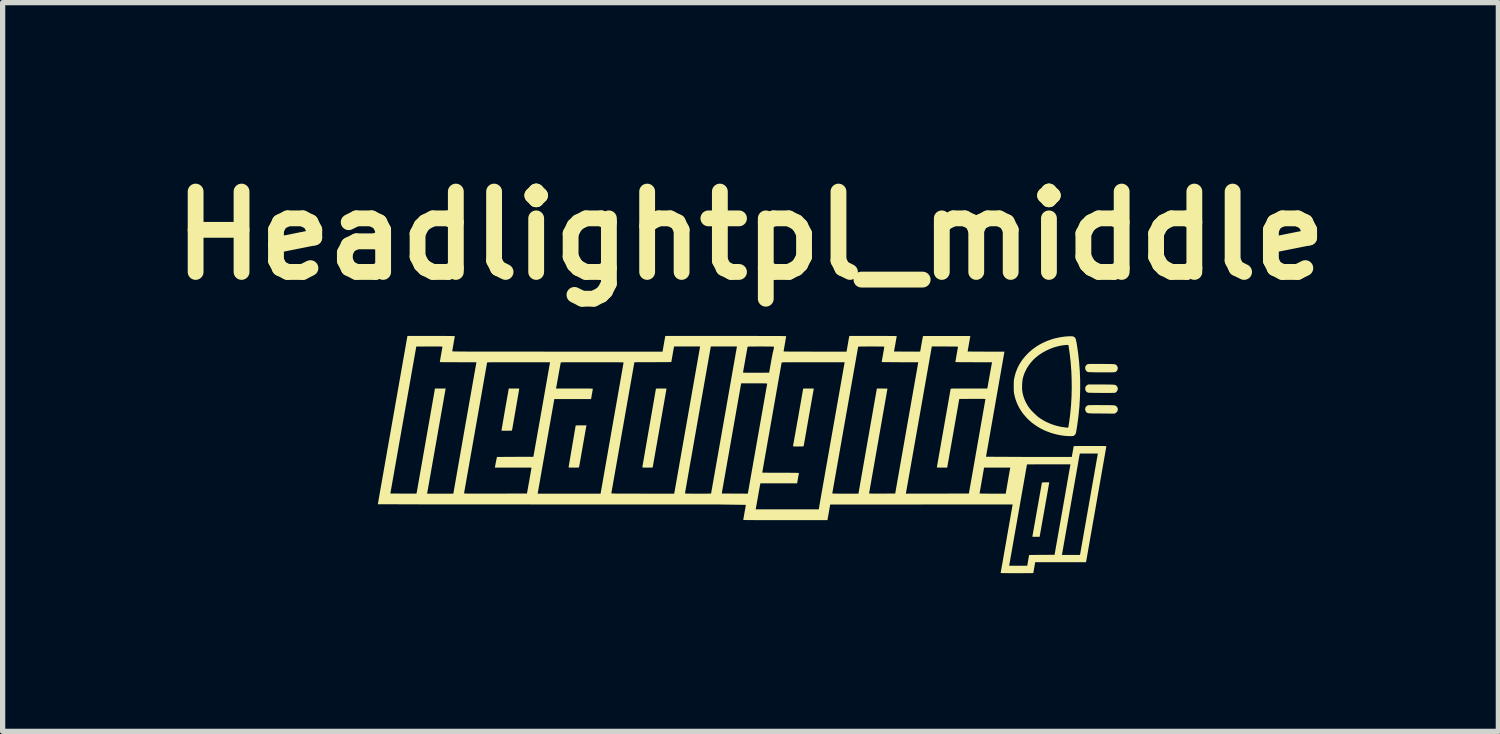
<source format=kicad_pcb>
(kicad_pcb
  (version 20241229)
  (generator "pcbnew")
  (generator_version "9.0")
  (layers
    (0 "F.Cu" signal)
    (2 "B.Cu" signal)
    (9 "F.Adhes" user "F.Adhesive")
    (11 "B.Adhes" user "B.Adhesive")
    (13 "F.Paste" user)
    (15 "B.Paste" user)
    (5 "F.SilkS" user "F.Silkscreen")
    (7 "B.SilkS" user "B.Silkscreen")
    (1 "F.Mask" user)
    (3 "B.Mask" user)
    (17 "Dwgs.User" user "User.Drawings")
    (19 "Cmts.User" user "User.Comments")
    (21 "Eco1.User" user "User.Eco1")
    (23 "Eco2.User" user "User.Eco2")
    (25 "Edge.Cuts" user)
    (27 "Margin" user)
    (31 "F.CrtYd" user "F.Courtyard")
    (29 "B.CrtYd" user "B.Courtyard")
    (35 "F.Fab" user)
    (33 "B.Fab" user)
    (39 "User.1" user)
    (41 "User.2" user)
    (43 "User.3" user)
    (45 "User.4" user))
  (footprint "Headlightpl_middle"
    (layer "F.Cu")
    (at 11.183 5.318)
    (property "Reference" "Headlightpl_middle" (at 0 -3.9 0) (layer "F.SilkS") (effects (font (size 1.524 1.524) (thickness 0.3))))
    (attr board_only exclude_from_pos_files exclude_from_bom)
    (fp_poly (pts (xy 5.665 0.79) (xy 5.578 1.283) (xy 5.488 1.789) (xy 5.484 1.813) (xy 5.415 1.813) (xy 5.401 1.813) (xy 5.388 1.813) (xy 5.377 1.813) (xy 5.366 1.812) (xy 5.358 1.812) (xy 5.352 1.811) (xy 5.349 1.811) (xy 5.348 1.811) (xy 5.347 1.811) (xy 5.346 1.811) (xy 5.346 1.81) (xy 5.527 0.786) (xy 5.527 0.786) (xy 5.527 0.785) (xy 5.528 0.784) (xy 5.529 0.784) (xy 5.531 0.783) (xy 5.534 0.783) (xy 5.536 0.782) (xy 5.544 0.782) (xy 5.553 0.781) (xy 5.565 0.781) (xy 5.58 0.78) (xy 5.598 0.78) (xy 5.667 0.78)) (stroke (width 0) (type solid)) (fill yes) (layer "F.SilkS"))
    (fp_poly (pts (xy 1.198 -0.981) (xy 1.102 -0.439) (xy 1.037 -0.067) (xy 1.009 0.091) (xy 1.008 0.093) (xy 1.007 0.094) (xy 1.006 0.095) (xy 1.004 0.096) (xy 1.002 0.096) (xy 0.999 0.097) (xy 0.995 0.098) (xy 0.991 0.098) (xy 0.978 0.099) (xy 0.96 0.099) (xy 0.906 0.1) (xy 0.889 0.1) (xy 0.875 0.1) (xy 0.862 0.099) (xy 0.851 0.099) (xy 0.846 0.099) (xy 0.841 0.099) (xy 0.837 0.099) (xy 0.833 0.099) (xy 0.83 0.099) (xy 0.826 0.099) (xy 0.823 0.098) (xy 0.821 0.098) (xy 0.818 0.098) (xy 0.816 0.098) (xy 0.815 0.098) (xy 0.814 0.097) (xy 0.813 0.097) (xy 0.812 0.097) (xy 0.812 0.097) (xy 0.811 0.097) (xy 0.811 0.097) (xy 0.81 0.096) (xy 0.81 0.096) (xy 0.809 0.096) (xy 0.809 0.096) (xy 0.808 0.096) (xy 0.808 0.095) (xy 0.808 0.095) (xy 0.808 0.095) (xy 0.808 0.095) (xy 0.807 0.094) (xy 0.807 0.094) (xy 0.807 0.094) (xy 0.807 0.094) (xy 0.807 0.093) (xy 0.807 0.093) (xy 0.807 0.093) (xy 0.807 0.092) (xy 0.807 0.092) (xy 0.807 0.091) (xy 0.905 -0.458) (xy 1 -1) (xy 1.201 -1)) (stroke (width 0) (type solid)) (fill yes) (layer "F.SilkS"))
    (fp_poly (pts (xy -4.468 -1) (xy -4.453 -1) (xy -4.44 -1) (xy -4.429 -1) (xy -4.424 -1) (xy -4.42 -1) (xy -4.416 -1) (xy -4.412 -0.999) (xy -4.408 -0.999) (xy -4.405 -0.999) (xy -4.402 -0.999) (xy -4.4 -0.999) (xy -4.397 -0.999) (xy -4.395 -0.998) (xy -4.393 -0.998) (xy -4.393 -0.998) (xy -4.392 -0.998) (xy -4.391 -0.998) (xy -4.39 -0.998) (xy -4.39 -0.997) (xy -4.389 -0.997) (xy -4.389 -0.997) (xy -4.388 -0.997) (xy -4.388 -0.997) (xy -4.388 -0.997) (xy -4.387 -0.996) (xy -4.387 -0.996) (xy -4.387 -0.996) (xy -4.386 -0.996) (xy -4.386 -0.996) (xy -4.386 -0.995) (xy -4.386 -0.995) (xy -4.386 -0.995) (xy -4.386 -0.995) (xy -4.386 -0.994) (xy -4.386 -0.994) (xy -4.386 -0.994) (xy -4.386 -0.993) (xy -4.386 -0.993) (xy -4.386 -0.992) (xy -4.454 -0.596) (xy -4.502 -0.321) (xy -4.517 -0.236) (xy -4.524 -0.203) (xy -4.526 -0.202) (xy -4.533 -0.201) (xy -4.556 -0.2) (xy -4.587 -0.199) (xy -4.623 -0.199) (xy -4.66 -0.199) (xy -4.691 -0.199) (xy -4.714 -0.201) (xy -4.72 -0.201) (xy -4.723 -0.202) (xy -4.656 -0.592) (xy -4.584 -0.999) (xy -4.576 -0.999) (xy -4.554 -1) (xy -4.484 -1)) (stroke (width 0) (type solid)) (fill yes) (layer "F.SilkS"))
    (fp_poly (pts (xy -3.113 -0.291) (xy -3.182 0.1) (xy -3.229 0.371) (xy -3.251 0.49) (xy -3.251 0.493) (xy -3.252 0.495) (xy -3.253 0.496) (xy -3.255 0.497) (xy -3.257 0.498) (xy -3.261 0.498) (xy -3.265 0.499) (xy -3.277 0.499) (xy -3.294 0.5) (xy -3.351 0.5) (xy -3.367 0.5) (xy -3.381 0.5) (xy -3.394 0.5) (xy -3.405 0.5) (xy -3.41 0.5) (xy -3.414 0.5) (xy -3.419 0.5) (xy -3.422 0.499) (xy -3.426 0.499) (xy -3.429 0.499) (xy -3.432 0.499) (xy -3.434 0.499) (xy -3.437 0.499) (xy -3.439 0.498) (xy -3.44 0.498) (xy -3.441 0.498) (xy -3.442 0.498) (xy -3.443 0.498) (xy -3.443 0.497) (xy -3.444 0.497) (xy -3.445 0.497) (xy -3.445 0.497) (xy -3.445 0.497) (xy -3.446 0.497) (xy -3.446 0.496) (xy -3.447 0.496) (xy -3.447 0.496) (xy -3.447 0.496) (xy -3.447 0.495) (xy -3.448 0.495) (xy -3.448 0.495) (xy -3.448 0.495) (xy -3.448 0.494) (xy -3.448 0.494) (xy -3.448 0.494) (xy -3.448 0.493) (xy -3.448 0.493) (xy -3.449 0.492) (xy -3.449 0.492) (xy -3.429 0.372) (xy -3.382 0.095) (xy -3.335 -0.181) (xy -3.315 -0.298) (xy -3.314 -0.298) (xy -3.313 -0.298) (xy -3.307 -0.299) (xy -3.297 -0.3) (xy -3.285 -0.3) (xy -3.252 -0.301) (xy -3.213 -0.301) (xy -3.11 -0.301)) (stroke (width 0) (type solid)) (fill yes) (layer "F.SilkS"))
    (fp_poly (pts (xy -1.678 -1) (xy -1.665 -1) (xy -1.653 -1) (xy -1.643 -1) (xy -1.633 -1) (xy -1.625 -0.999) (xy -1.618 -0.999) (xy -1.612 -0.999) (xy -1.607 -0.998) (xy -1.605 -0.998) (xy -1.603 -0.998) (xy -1.601 -0.998) (xy -1.599 -0.997) (xy -1.598 -0.997) (xy -1.597 -0.997) (xy -1.596 -0.996) (xy -1.595 -0.996) (xy -1.594 -0.996) (xy -1.594 -0.995) (xy -1.593 -0.995) (xy -1.593 -0.995) (xy -1.593 -0.994) (xy -1.593 -0.994) (xy -1.724 -0.245) (xy -1.855 0.499) (xy -1.857 0.499) (xy -1.863 0.499) (xy -1.884 0.5) (xy -1.953 0.5) (xy -1.968 0.5) (xy -1.982 0.5) (xy -1.994 0.5) (xy -2.005 0.5) (xy -2.014 0.5) (xy -2.022 0.499) (xy -2.025 0.499) (xy -2.028 0.499) (xy -2.031 0.499) (xy -2.034 0.499) (xy -2.037 0.499) (xy -2.039 0.498) (xy -2.041 0.498) (xy -2.043 0.498) (xy -2.044 0.498) (xy -2.046 0.497) (xy -2.047 0.497) (xy -2.048 0.497) (xy -2.049 0.496) (xy -2.049 0.496) (xy -2.05 0.496) (xy -2.05 0.495) (xy -2.05 0.495) (xy -2.05 0.495) (xy -2.05 0.495) (xy -2.051 0.494) (xy -2.051 0.494) (xy -2.051 0.494) (xy -2.051 0.493) (xy -2.051 0.493) (xy -1.922 -0.253) (xy -1.831 -0.776) (xy -1.793 -0.996) (xy -1.792 -0.996) (xy -1.791 -0.997) (xy -1.785 -0.997) (xy -1.777 -0.998) (xy -1.765 -0.999) (xy -1.733 -1) (xy -1.693 -1)) (stroke (width 0) (type solid)) (fill yes) (layer "F.SilkS"))
    (fp_poly (pts (xy 6.657 -1.466) (xy 6.727 -1.465) (xy 6.783 -1.464) (xy 6.827 -1.464) (xy 6.86 -1.463) (xy 6.873 -1.462) (xy 6.884 -1.462) (xy 6.893 -1.461) (xy 6.9 -1.461) (xy 6.906 -1.46) (xy 6.911 -1.459) (xy 6.915 -1.458) (xy 6.918 -1.457) (xy 6.922 -1.455) (xy 6.926 -1.453) (xy 6.93 -1.45) (xy 6.934 -1.448) (xy 6.938 -1.445) (xy 6.941 -1.442) (xy 6.944 -1.438) (xy 6.947 -1.435) (xy 6.95 -1.431) (xy 6.953 -1.428) (xy 6.955 -1.424) (xy 6.957 -1.42) (xy 6.959 -1.416) (xy 6.961 -1.412) (xy 6.962 -1.407) (xy 6.963 -1.403) (xy 6.964 -1.399) (xy 6.965 -1.394) (xy 6.965 -1.39) (xy 6.966 -1.385) (xy 6.966 -1.381) (xy 6.965 -1.377) (xy 6.965 -1.372) (xy 6.964 -1.368) (xy 6.963 -1.364) (xy 6.962 -1.359) (xy 6.96 -1.355) (xy 6.958 -1.351) (xy 6.956 -1.347) (xy 6.954 -1.343) (xy 6.951 -1.339) (xy 6.948 -1.336) (xy 6.939 -1.325) (xy 6.934 -1.321) (xy 6.93 -1.317) (xy 6.924 -1.314) (xy 6.917 -1.312) (xy 6.908 -1.31) (xy 6.896 -1.308) (xy 6.864 -1.307) (xy 6.817 -1.306) (xy 6.659 -1.307) (xy 6.59 -1.307) (xy 6.534 -1.307) (xy 6.49 -1.308) (xy 6.457 -1.309) (xy 6.443 -1.309) (xy 6.432 -1.31) (xy 6.423 -1.31) (xy 6.415 -1.311) (xy 6.408 -1.312) (xy 6.404 -1.312) (xy 6.4 -1.313) (xy 6.397 -1.314) (xy 6.391 -1.317) (xy 6.385 -1.32) (xy 6.38 -1.324) (xy 6.375 -1.328) (xy 6.371 -1.332) (xy 6.367 -1.336) (xy 6.363 -1.341) (xy 6.36 -1.346) (xy 6.357 -1.351) (xy 6.354 -1.356) (xy 6.352 -1.361) (xy 6.351 -1.367) (xy 6.349 -1.372) (xy 6.349 -1.378) (xy 6.348 -1.384) (xy 6.348 -1.389) (xy 6.348 -1.395) (xy 6.349 -1.401) (xy 6.35 -1.406) (xy 6.351 -1.412) (xy 6.353 -1.417) (xy 6.355 -1.422) (xy 6.358 -1.428) (xy 6.361 -1.432) (xy 6.364 -1.437) (xy 6.368 -1.442) (xy 6.372 -1.446) (xy 6.377 -1.45) (xy 6.382 -1.454) (xy 6.387 -1.457) (xy 6.393 -1.46) (xy 6.399 -1.462) (xy 6.406 -1.464) (xy 6.419 -1.465) (xy 6.467 -1.466) (xy 6.545 -1.466)) (stroke (width 0) (type solid)) (fill yes) (layer "F.SilkS"))
    (fp_poly (pts (xy 6.662 -0.685) (xy 6.74 -0.685) (xy 6.799 -0.684) (xy 6.822 -0.684) (xy 6.842 -0.683) (xy 6.859 -0.683) (xy 6.873 -0.682) (xy 6.879 -0.682) (xy 6.884 -0.682) (xy 6.889 -0.681) (xy 6.893 -0.681) (xy 6.897 -0.681) (xy 6.9 -0.68) (xy 6.903 -0.68) (xy 6.906 -0.679) (xy 6.909 -0.679) (xy 6.911 -0.678) (xy 6.913 -0.678) (xy 6.915 -0.677) (xy 6.917 -0.676) (xy 6.919 -0.675) (xy 6.922 -0.674) (xy 6.928 -0.671) (xy 6.932 -0.668) (xy 6.937 -0.664) (xy 6.941 -0.661) (xy 6.945 -0.657) (xy 6.949 -0.653) (xy 6.952 -0.649) (xy 6.955 -0.644) (xy 6.958 -0.639) (xy 6.96 -0.635) (xy 6.962 -0.63) (xy 6.963 -0.625) (xy 6.965 -0.62) (xy 6.966 -0.615) (xy 6.966 -0.609) (xy 6.966 -0.604) (xy 6.966 -0.599) (xy 6.966 -0.594) (xy 6.965 -0.589) (xy 6.963 -0.584) (xy 6.962 -0.579) (xy 6.96 -0.574) (xy 6.958 -0.569) (xy 6.955 -0.564) (xy 6.952 -0.56) (xy 6.949 -0.555) (xy 6.945 -0.551) (xy 6.941 -0.547) (xy 6.937 -0.543) (xy 6.932 -0.54) (xy 6.928 -0.536) (xy 6.922 -0.533) (xy 6.902 -0.523) (xy 6.655 -0.526) (xy 6.576 -0.526) (xy 6.544 -0.527) (xy 6.516 -0.527) (xy 6.492 -0.527) (xy 6.471 -0.528) (xy 6.454 -0.528) (xy 6.44 -0.529) (xy 6.434 -0.529) (xy 6.428 -0.529) (xy 6.423 -0.53) (xy 6.419 -0.53) (xy 6.415 -0.531) (xy 6.412 -0.531) (xy 6.408 -0.531) (xy 6.406 -0.532) (xy 6.403 -0.532) (xy 6.401 -0.533) (xy 6.399 -0.534) (xy 6.397 -0.534) (xy 6.395 -0.535) (xy 6.393 -0.536) (xy 6.39 -0.537) (xy 6.385 -0.54) (xy 6.381 -0.542) (xy 6.377 -0.545) (xy 6.373 -0.548) (xy 6.37 -0.552) (xy 6.366 -0.555) (xy 6.363 -0.559) (xy 6.361 -0.563) (xy 6.358 -0.567) (xy 6.356 -0.572) (xy 6.354 -0.576) (xy 6.352 -0.581) (xy 6.351 -0.585) (xy 6.35 -0.59) (xy 6.349 -0.595) (xy 6.348 -0.599) (xy 6.348 -0.604) (xy 6.348 -0.609) (xy 6.348 -0.614) (xy 6.348 -0.619) (xy 6.349 -0.623) (xy 6.35 -0.628) (xy 6.352 -0.633) (xy 6.353 -0.637) (xy 6.355 -0.642) (xy 6.357 -0.646) (xy 6.36 -0.65) (xy 6.362 -0.654) (xy 6.366 -0.658) (xy 6.369 -0.662) (xy 6.373 -0.665) (xy 6.376 -0.668) (xy 6.378 -0.669) (xy 6.38 -0.671) (xy 6.381 -0.672) (xy 6.383 -0.673) (xy 6.385 -0.674) (xy 6.387 -0.675) (xy 6.391 -0.677) (xy 6.395 -0.679) (xy 6.399 -0.681) (xy 6.401 -0.681) (xy 6.402 -0.682) (xy 6.404 -0.683) (xy 6.406 -0.683) (xy 6.414 -0.684) (xy 6.43 -0.684) (xy 6.484 -0.685) (xy 6.563 -0.686)) (stroke (width 0) (type solid)) (fill yes) (layer "F.SilkS"))
    (fp_poly (pts (xy 6.73 -1.076) (xy 6.764 -1.075) (xy 6.794 -1.075) (xy 6.82 -1.075) (xy 6.842 -1.074) (xy 6.861 -1.074) (xy 6.869 -1.073) (xy 6.877 -1.073) (xy 6.883 -1.072) (xy 6.89 -1.072) (xy 6.895 -1.071) (xy 6.9 -1.071) (xy 6.905 -1.07) (xy 6.909 -1.069) (xy 6.913 -1.068) (xy 6.916 -1.067) (xy 6.919 -1.066) (xy 6.922 -1.065) (xy 6.925 -1.064) (xy 6.927 -1.063) (xy 6.929 -1.061) (xy 6.932 -1.06) (xy 6.936 -1.057) (xy 6.939 -1.054) (xy 6.942 -1.051) (xy 6.945 -1.048) (xy 6.948 -1.045) (xy 6.95 -1.041) (xy 6.953 -1.037) (xy 6.955 -1.033) (xy 6.957 -1.029) (xy 6.959 -1.025) (xy 6.961 -1.02) (xy 6.963 -1.016) (xy 6.964 -1.011) (xy 6.965 -1.007) (xy 6.966 -1.003) (xy 6.966 -0.999) (xy 6.967 -0.995) (xy 6.966 -0.992) (xy 6.966 -0.989) (xy 6.966 -0.985) (xy 6.965 -0.982) (xy 6.964 -0.979) (xy 6.964 -0.976) (xy 6.963 -0.973) (xy 6.961 -0.969) (xy 6.96 -0.966) (xy 6.959 -0.963) (xy 6.957 -0.96) (xy 6.956 -0.957) (xy 6.954 -0.954) (xy 6.952 -0.951) (xy 6.95 -0.948) (xy 6.948 -0.946) (xy 6.946 -0.943) (xy 6.944 -0.94) (xy 6.942 -0.938) (xy 6.939 -0.936) (xy 6.937 -0.933) (xy 6.934 -0.931) (xy 6.932 -0.929) (xy 6.929 -0.927) (xy 6.927 -0.926) (xy 6.924 -0.924) (xy 6.921 -0.922) (xy 6.919 -0.921) (xy 6.916 -0.92) (xy 6.913 -0.919) (xy 6.91 -0.918) (xy 6.907 -0.918) (xy 6.883 -0.917) (xy 6.826 -0.916) (xy 6.746 -0.916) (xy 6.651 -0.916) (xy 6.575 -0.917) (xy 6.516 -0.917) (xy 6.493 -0.918) (xy 6.473 -0.918) (xy 6.456 -0.918) (xy 6.442 -0.919) (xy 6.43 -0.919) (xy 6.42 -0.92) (xy 6.416 -0.92) (xy 6.413 -0.92) (xy 6.409 -0.921) (xy 6.406 -0.921) (xy 6.404 -0.922) (xy 6.402 -0.922) (xy 6.399 -0.923) (xy 6.398 -0.923) (xy 6.396 -0.924) (xy 6.394 -0.925) (xy 6.391 -0.926) (xy 6.386 -0.929) (xy 6.382 -0.931) (xy 6.378 -0.934) (xy 6.374 -0.937) (xy 6.37 -0.941) (xy 6.367 -0.944) (xy 6.364 -0.948) (xy 6.361 -0.952) (xy 6.358 -0.956) (xy 6.356 -0.96) (xy 6.354 -0.965) (xy 6.353 -0.97) (xy 6.351 -0.975) (xy 6.35 -0.98) (xy 6.349 -0.985) (xy 6.349 -0.991) (xy 6.349 -0.994) (xy 6.349 -0.997) (xy 6.349 -1) (xy 6.349 -1.003) (xy 6.349 -1.006) (xy 6.349 -1.009) (xy 6.349 -1.011) (xy 6.35 -1.014) (xy 6.35 -1.017) (xy 6.351 -1.019) (xy 6.352 -1.022) (xy 6.352 -1.024) (xy 6.353 -1.027) (xy 6.354 -1.029) (xy 6.355 -1.032) (xy 6.356 -1.034) (xy 6.358 -1.036) (xy 6.359 -1.039) (xy 6.36 -1.041) (xy 6.362 -1.043) (xy 6.363 -1.045) (xy 6.365 -1.047) (xy 6.367 -1.049) (xy 6.368 -1.051) (xy 6.37 -1.053) (xy 6.372 -1.055) (xy 6.374 -1.057) (xy 6.376 -1.058) (xy 6.379 -1.06) (xy 6.381 -1.062) (xy 6.383 -1.063) (xy 6.386 -1.065) (xy 6.404 -1.076) (xy 6.646 -1.076)) (stroke (width 0) (type solid)) (fill yes) (layer "F.SilkS"))
    (fp_poly (pts (xy 6.082 -1.991) (xy 6.088 -1.991) (xy 6.093 -1.99) (xy 6.098 -1.99) (xy 6.102 -1.99) (xy 6.106 -1.989) (xy 6.11 -1.989) (xy 6.113 -1.988) (xy 6.117 -1.988) (xy 6.119 -1.987) (xy 6.122 -1.986) (xy 6.125 -1.985) (xy 6.128 -1.984) (xy 6.13 -1.982) (xy 6.133 -1.981) (xy 6.136 -1.979) (xy 6.139 -1.977) (xy 6.141 -1.976) (xy 6.143 -1.974) (xy 6.145 -1.973) (xy 6.147 -1.971) (xy 6.149 -1.969) (xy 6.151 -1.967) (xy 6.153 -1.965) (xy 6.154 -1.964) (xy 6.156 -1.962) (xy 6.158 -1.959) (xy 6.159 -1.957) (xy 6.161 -1.955) (xy 6.162 -1.953) (xy 6.163 -1.951) (xy 6.164 -1.949) (xy 6.166 -1.947) (xy 6.167 -1.941) (xy 6.17 -1.932) (xy 6.173 -1.92) (xy 6.176 -1.906) (xy 6.183 -1.872) (xy 6.19 -1.834) (xy 6.214 -1.672) (xy 6.232 -1.508) (xy 6.245 -1.342) (xy 6.252 -1.176) (xy 6.253 -1.009) (xy 6.249 -0.84) (xy 6.239 -0.671) (xy 6.223 -0.502) (xy 6.217 -0.451) (xy 6.21 -0.397) (xy 6.202 -0.341) (xy 6.195 -0.288) (xy 6.187 -0.239) (xy 6.18 -0.197) (xy 6.174 -0.166) (xy 6.169 -0.147) (xy 6.169 -0.146) (xy 6.168 -0.144) (xy 6.167 -0.141) (xy 6.165 -0.137) (xy 6.163 -0.134) (xy 6.16 -0.131) (xy 6.157 -0.127) (xy 6.155 -0.124) (xy 6.151 -0.12) (xy 6.148 -0.117) (xy 6.145 -0.114) (xy 6.141 -0.111) (xy 6.138 -0.109) (xy 6.134 -0.106) (xy 6.131 -0.104) (xy 6.127 -0.103) (xy 6.124 -0.101) (xy 6.12 -0.1) (xy 6.114 -0.099) (xy 6.107 -0.098) (xy 6.099 -0.097) (xy 6.079 -0.097) (xy 6.056 -0.097) (xy 6.03 -0.097) (xy 6.004 -0.099) (xy 5.977 -0.101) (xy 5.952 -0.103) (xy 5.906 -0.109) (xy 5.862 -0.117) (xy 5.818 -0.126) (xy 5.775 -0.136) (xy 5.732 -0.148) (xy 5.691 -0.161) (xy 5.65 -0.176) (xy 5.61 -0.191) (xy 5.571 -0.208) (xy 5.533 -0.227) (xy 5.496 -0.246) (xy 5.46 -0.267) (xy 5.425 -0.289) (xy 5.391 -0.312) (xy 5.358 -0.336) (xy 5.326 -0.361) (xy 5.296 -0.388) (xy 5.266 -0.415) (xy 5.238 -0.443) (xy 5.212 -0.473) (xy 5.186 -0.503) (xy 5.162 -0.534) (xy 5.139 -0.566) (xy 5.118 -0.599) (xy 5.098 -0.632) (xy 5.08 -0.667) (xy 5.063 -0.702) (xy 5.048 -0.738) (xy 5.034 -0.775) (xy 5.022 -0.812) (xy 5.012 -0.85) (xy 5.003 -0.889) (xy 5 -0.905) (xy 4.997 -0.919) (xy 4.996 -0.934) (xy 4.994 -0.949) (xy 4.993 -0.967) (xy 4.993 -0.988) (xy 4.993 -1.013) (xy 4.993 -1.041) (xy 5.151 -1.041) (xy 5.151 -1.009) (xy 5.152 -0.979) (xy 5.153 -0.966) (xy 5.155 -0.954) (xy 5.158 -0.933) (xy 5.162 -0.912) (xy 5.166 -0.891) (xy 5.172 -0.87) (xy 5.178 -0.849) (xy 5.185 -0.828) (xy 5.192 -0.807) (xy 5.2 -0.787) (xy 5.209 -0.766) (xy 5.219 -0.746) (xy 5.229 -0.726) (xy 5.24 -0.706) (xy 5.251 -0.687) (xy 5.263 -0.667) (xy 5.276 -0.648) (xy 5.289 -0.63) (xy 5.297 -0.62) (xy 5.306 -0.609) (xy 5.316 -0.597) (xy 5.326 -0.585) (xy 5.351 -0.559) (xy 5.377 -0.533) (xy 5.404 -0.508) (xy 5.43 -0.484) (xy 5.442 -0.473) (xy 5.454 -0.463) (xy 5.465 -0.455) (xy 5.476 -0.447) (xy 5.503 -0.428) (xy 5.531 -0.41) (xy 5.56 -0.393) (xy 5.589 -0.377) (xy 5.619 -0.362) (xy 5.65 -0.348) (xy 5.68 -0.335) (xy 5.712 -0.323) (xy 5.744 -0.311) (xy 5.776 -0.301) (xy 5.808 -0.292) (xy 5.841 -0.284) (xy 5.874 -0.276) (xy 5.908 -0.27) (xy 5.942 -0.265) (xy 5.976 -0.261) (xy 5.982 -0.26) (xy 5.989 -0.259) (xy 5.994 -0.259) (xy 5.999 -0.259) (xy 6.004 -0.258) (xy 6.008 -0.258) (xy 6.011 -0.258) (xy 6.014 -0.258) (xy 6.017 -0.258) (xy 6.02 -0.258) (xy 6.021 -0.258) (xy 6.022 -0.258) (xy 6.023 -0.259) (xy 6.023 -0.259) (xy 6.024 -0.259) (xy 6.025 -0.259) (xy 6.025 -0.259) (xy 6.026 -0.26) (xy 6.026 -0.26) (xy 6.027 -0.26) (xy 6.027 -0.261) (xy 6.027 -0.261) (xy 6.03 -0.27) (xy 6.033 -0.293) (xy 6.044 -0.363) (xy 6.056 -0.45) (xy 6.065 -0.528) (xy 6.08 -0.687) (xy 6.089 -0.847) (xy 6.093 -1.01) (xy 6.091 -1.172) (xy 6.085 -1.333) (xy 6.073 -1.491) (xy 6.056 -1.645) (xy 6.035 -1.794) (xy 6.029 -1.825) (xy 6.005 -1.826) (xy 5.992 -1.826) (xy 5.974 -1.825) (xy 5.953 -1.822) (xy 5.93 -1.819) (xy 5.905 -1.816) (xy 5.88 -1.811) (xy 5.856 -1.806) (xy 5.834 -1.801) (xy 5.798 -1.792) (xy 5.763 -1.782) (xy 5.727 -1.769) (xy 5.692 -1.756) (xy 5.657 -1.741) (xy 5.623 -1.725) (xy 5.59 -1.708) (xy 5.557 -1.69) (xy 5.525 -1.671) (xy 5.494 -1.651) (xy 5.464 -1.63) (xy 5.436 -1.608) (xy 5.409 -1.586) (xy 5.383 -1.563) (xy 5.359 -1.539) (xy 5.337 -1.515) (xy 5.321 -1.496) (xy 5.306 -1.477) (xy 5.291 -1.458) (xy 5.277 -1.439) (xy 5.264 -1.419) (xy 5.252 -1.4) (xy 5.24 -1.38) (xy 5.229 -1.359) (xy 5.219 -1.339) (xy 5.209 -1.318) (xy 5.2 -1.298) (xy 5.191 -1.277) (xy 5.184 -1.256) (xy 5.177 -1.234) (xy 5.171 -1.213) (xy 5.165 -1.191) (xy 5.163 -1.18) (xy 5.161 -1.167) (xy 5.157 -1.139) (xy 5.154 -1.107) (xy 5.152 -1.074) (xy 5.151 -1.041) (xy 4.993 -1.041) (xy 4.993 -1.044) (xy 4.993 -1.077) (xy 4.993 -1.103) (xy 4.994 -1.124) (xy 4.994 -1.133) (xy 4.995 -1.142) (xy 4.995 -1.149) (xy 4.996 -1.157) (xy 4.997 -1.164) (xy 4.998 -1.172) (xy 5.001 -1.187) (xy 5.005 -1.205) (xy 5.012 -1.238) (xy 5.021 -1.271) (xy 5.031 -1.303) (xy 5.043 -1.335) (xy 5.055 -1.366) (xy 5.068 -1.396) (xy 5.083 -1.426) (xy 5.099 -1.455) (xy 5.116 -1.484) (xy 5.134 -1.512) (xy 5.153 -1.54) (xy 5.174 -1.567) (xy 5.196 -1.594) (xy 5.219 -1.621) (xy 5.243 -1.647) (xy 5.269 -1.673) (xy 5.305 -1.706) (xy 5.342 -1.737) (xy 5.381 -1.767) (xy 5.421 -1.795) (xy 5.463 -1.821) (xy 5.506 -1.846) (xy 5.55 -1.868) (xy 5.596 -1.889) (xy 5.642 -1.908) (xy 5.69 -1.925) (xy 5.739 -1.941) (xy 5.788 -1.954) (xy 5.839 -1.965) (xy 5.89 -1.975) (xy 5.942 -1.982) (xy 5.995 -1.988) (xy 5.995 -1.988) (xy 5.995 -1.988) (xy 6.005 -1.988) (xy 6.017 -1.989) (xy 6.04 -1.99) (xy 6.063 -1.991) (xy 6.073 -1.991)) (stroke (width 0) (type solid)) (fill yes) (layer "F.SilkS"))
    (fp_poly (pts (xy -5.861 -1.997) (xy -5.721 -1.996) (xy -5.671 -1.995) (xy -5.636 -1.995) (xy -5.614 -1.994) (xy -5.609 -1.993) (xy -5.607 -1.993) (xy -5.609 -1.98) (xy -5.615 -1.949) (xy -5.632 -1.85) (xy -5.641 -1.796) (xy -5.649 -1.751) (xy -5.654 -1.719) (xy -5.656 -1.71) (xy -5.656 -1.705) (xy -5.594 -1.702) (xy -5.323 -1.7) (xy -3.662 -1.699) (xy -1.668 -1.699) (xy -1.666 -1.709) (xy -1.642 -1.848) (xy -1.617 -1.987) (xy -1.615 -1.997) (xy -0.469 -1.997) (xy 0.367 -1.996) (xy 0.597 -1.995) (xy 0.677 -1.993) (xy 0.67 -1.949) (xy 0.653 -1.85) (xy 0.636 -1.75) (xy 0.63 -1.718) (xy 0.629 -1.709) (xy 0.629 -1.704) (xy 0.634 -1.703) (xy 0.652 -1.702) (xy 0.741 -1.7) (xy 1.225 -1.699) (xy 1.821 -1.699) (xy 1.824 -1.709) (xy 1.826 -1.723) (xy 1.832 -1.754) (xy 1.848 -1.848) (xy 1.864 -1.942) (xy 1.87 -1.973) (xy 1.873 -1.987) (xy 1.875 -1.997) (xy 2.324 -1.997) (xy 2.499 -1.997) (xy 2.642 -1.996) (xy 2.738 -1.995) (xy 2.765 -1.994) (xy 2.774 -1.994) (xy 2.766 -1.949) (xy 2.748 -1.846) (xy 2.722 -1.701) (xy 2.969 -1.7) (xy 3.144 -1.699) (xy 3.197 -1.7) (xy 3.212 -1.7) (xy 3.217 -1.7) (xy 3.22 -1.712) (xy 3.226 -1.743) (xy 3.244 -1.846) (xy 3.254 -1.902) (xy 3.263 -1.949) (xy 3.269 -1.981) (xy 3.271 -1.99) (xy 3.272 -1.993) (xy 3.272 -1.994) (xy 3.308 -1.995) (xy 3.405 -1.996) (xy 3.722 -1.996) (xy 4.17 -1.995) (xy 4.144 -1.85) (xy 4.118 -1.702) (xy 4.125 -1.701) (xy 4.146 -1.701) (xy 4.221 -1.7) (xy 4.467 -1.699) (xy 4.817 -1.699) (xy 4.815 -1.689) (xy 4.467 0.294) (xy 5.281 0.298) (xy 6.094 0.298) (xy 6.096 0.289) (xy 6.099 0.266) (xy 6.112 0.195) (xy 6.119 0.156) (xy 6.125 0.124) (xy 6.128 0.102) (xy 6.13 0.093) (xy 6.154 0.092) (xy 6.221 0.091) (xy 6.439 0.091) (xy 6.536 0.091) (xy 6.576 0.091) (xy 6.61 0.091) (xy 6.64 0.091) (xy 6.665 0.091) (xy 6.686 0.091) (xy 6.695 0.092) (xy 6.703 0.092) (xy 6.71 0.092) (xy 6.717 0.092) (xy 6.723 0.092) (xy 6.728 0.093) (xy 6.732 0.093) (xy 6.735 0.093) (xy 6.739 0.094) (xy 6.741 0.094) (xy 6.743 0.094) (xy 6.745 0.095) (xy 6.746 0.095) (xy 6.746 0.095) (xy 6.747 0.096) (xy 6.747 0.096) (xy 6.748 0.096) (xy 6.748 0.096) (xy 6.748 0.097) (xy 6.748 0.097) (xy 6.748 0.097) (xy 6.748 0.098) (xy 6.749 0.098) (xy 6.556 1.2) (xy 6.364 2.294) (xy 5.401 2.294) (xy 5.398 2.306) (xy 5.38 2.409) (xy 5.369 2.471) (xy 5.364 2.5) (xy 5.338 2.502) (xy 5.268 2.502) (xy 5.055 2.503) (xy 4.842 2.502) (xy 4.772 2.501) (xy 4.744 2.499) (xy 4.769 2.361) (xy 4.906 2.361) (xy 5.249 2.361) (xy 5.251 2.35) (xy 5.257 2.316) (xy 5.268 2.251) (xy 5.279 2.189) (xy 5.284 2.159) (xy 5.289 2.158) (xy 5.303 2.158) (xy 5.355 2.156) (xy 5.41 2.156) (xy 5.906 2.156) (xy 6.249 2.156) (xy 6.252 2.143) (xy 6.419 1.194) (xy 6.586 0.245) (xy 6.586 0.245) (xy 6.589 0.233) (xy 6.246 0.233) (xy 6.242 0.256) (xy 6.23 0.318) (xy 6.21 0.435) (xy 5.909 2.144) (xy 5.906 2.156) (xy 5.41 2.156) (xy 5.432 2.155) (xy 5.525 2.155) (xy 5.767 2.154) (xy 5.915 1.315) (xy 6.065 0.456) (xy 6.068 0.438) (xy 5.656 0.438) (xy 5.496 0.438) (xy 5.365 0.439) (xy 5.277 0.439) (xy 5.253 0.44) (xy 5.244 0.44) (xy 4.908 2.35) (xy 4.906 2.361) (xy 4.769 2.361) (xy 4.97 1.211) (xy 4.973 1.199) (xy 3.242 1.2) (xy 1.512 1.201) (xy 1.493 1.308) (xy 1.478 1.395) (xy 1.467 1.456) (xy 1.46 1.497) (xy 0.661 1.497) (xy 0.097 1.496) (xy -0.074 1.495) (xy -0.121 1.494) (xy -0.137 1.494) (xy -0.13 1.451) (xy -0.113 1.352) (xy -0.103 1.298) (xy -0.102 1.291) (xy 0.099 1.291) (xy 0.274 1.292) (xy 0.697 1.292) (xy 1.295 1.292) (xy 1.3 1.262) (xy 1.348 0.987) (xy 1.551 0.987) (xy 1.552 0.989) (xy 1.553 0.99) (xy 1.556 0.991) (xy 1.567 0.992) (xy 1.586 0.993) (xy 1.66 0.994) (xy 1.799 0.994) (xy 2.048 0.994) (xy 2.946 0.994) (xy 3.544 0.993) (xy 4.142 0.992) (xy 4.142 0.99) (xy 4.345 0.99) (xy 4.349 0.991) (xy 4.362 0.992) (xy 4.41 0.993) (xy 4.488 0.994) (xy 4.593 0.994) (xy 4.841 0.994) (xy 4.869 0.83) (xy 4.912 0.583) (xy 4.927 0.5) (xy 4.43 0.5) (xy 4.428 0.512) (xy 4.385 0.758) (xy 4.345 0.99) (xy 4.142 0.99) (xy 4.199 0.669) (xy 4.456 -0.798) (xy 4.456 -0.799) (xy 4.454 -0.8) (xy 4.447 -0.801) (xy 4.433 -0.802) (xy 4.411 -0.803) (xy 4.336 -0.803) (xy 4.208 -0.803) (xy 3.96 -0.802) (xy 3.846 -0.152) (xy 3.731 0.499) (xy 3.729 0.499) (xy 3.723 0.499) (xy 3.702 0.5) (xy 3.633 0.5) (xy 3.617 0.5) (xy 3.603 0.5) (xy 3.591 0.5) (xy 3.58 0.5) (xy 3.575 0.5) (xy 3.57 0.5) (xy 3.566 0.499) (xy 3.563 0.499) (xy 3.559 0.499) (xy 3.556 0.499) (xy 3.553 0.499) (xy 3.55 0.499) (xy 3.548 0.499) (xy 3.546 0.498) (xy 3.544 0.498) (xy 3.542 0.498) (xy 3.541 0.498) (xy 3.54 0.497) (xy 3.54 0.497) (xy 3.539 0.497) (xy 3.538 0.497) (xy 3.538 0.497) (xy 3.538 0.496) (xy 3.537 0.496) (xy 3.537 0.496) (xy 3.537 0.496) (xy 3.536 0.496) (xy 3.536 0.495) (xy 3.536 0.495) (xy 3.536 0.495) (xy 3.535 0.495) (xy 3.535 0.494) (xy 3.535 0.494) (xy 3.535 0.494) (xy 3.535 0.494) (xy 3.535 0.493) (xy 3.535 0.493) (xy 3.535 0.492) (xy 3.796 -0.992) (xy 3.796 -0.994) (xy 3.798 -0.995) (xy 3.805 -0.997) (xy 3.821 -0.998) (xy 3.849 -0.999) (xy 3.953 -1) (xy 4.145 -1) (xy 4.491 -1) (xy 4.494 -1.012) (xy 4.536 -1.249) (xy 4.579 -1.486) (xy 4.582 -1.498) (xy 4.234 -1.498) (xy 4.131 -1.499) (xy 4.051 -1.499) (xy 3.99 -1.499) (xy 3.966 -1.499) (xy 3.945 -1.5) (xy 3.929 -1.5) (xy 3.916 -1.5) (xy 3.905 -1.501) (xy 3.898 -1.502) (xy 3.895 -1.502) (xy 3.892 -1.502) (xy 3.89 -1.503) (xy 3.889 -1.503) (xy 3.888 -1.504) (xy 3.887 -1.504) (xy 3.887 -1.504) (xy 3.886 -1.505) (xy 3.888 -1.519) (xy 3.894 -1.55) (xy 3.911 -1.65) (xy 3.928 -1.748) (xy 3.934 -1.779) (xy 3.935 -1.788) (xy 3.935 -1.792) (xy 3.935 -1.792) (xy 3.934 -1.793) (xy 3.931 -1.793) (xy 3.92 -1.794) (xy 3.872 -1.796) (xy 3.795 -1.796) (xy 3.687 -1.797) (xy 3.439 -1.797) (xy 3.195 -0.411) (xy 2.949 0.984) (xy 2.946 0.994) (xy 2.048 0.994) (xy 2.052 0.97) (xy 2.226 -0.025) (xy 2.397 -0.999) (xy 2.4 -0.999) (xy 2.406 -0.999) (xy 2.428 -0.999) (xy 2.499 -0.999) (xy 2.598 -0.998) (xy 2.424 -0.005) (xy 2.249 0.991) (xy 2.254 0.992) (xy 2.268 0.992) (xy 2.321 0.993) (xy 2.4 0.993) (xy 2.496 0.993) (xy 2.745 0.992) (xy 2.961 -0.239) (xy 3.18 -1.484) (xy 3.183 -1.498) (xy 2.836 -1.498) (xy 2.685 -1.499) (xy 2.577 -1.5) (xy 2.538 -1.5) (xy 2.511 -1.501) (xy 2.494 -1.502) (xy 2.49 -1.502) (xy 2.489 -1.503) (xy 2.489 -1.503) (xy 2.491 -1.516) (xy 2.496 -1.547) (xy 2.513 -1.645) (xy 2.523 -1.699) (xy 2.531 -1.745) (xy 2.536 -1.777) (xy 2.537 -1.786) (xy 2.538 -1.79) (xy 2.538 -1.791) (xy 2.536 -1.792) (xy 2.53 -1.793) (xy 2.517 -1.795) (xy 2.496 -1.796) (xy 2.421 -1.796) (xy 2.291 -1.797) (xy 2.224 -1.797) (xy 2.17 -1.796) (xy 2.127 -1.796) (xy 2.094 -1.796) (xy 2.081 -1.795) (xy 2.07 -1.795) (xy 2.061 -1.794) (xy 2.054 -1.794) (xy 2.048 -1.793) (xy 2.045 -1.793) (xy 2.043 -1.792) (xy 2.042 -1.792) (xy 2.042 -1.792) (xy 2.042 -1.791) (xy 1.797 -0.403) (xy 1.552 0.986) (xy 1.551 0.987) (xy 1.348 0.987) (xy 1.784 -1.486) (xy 1.787 -1.498) (xy 1.189 -1.498) (xy 0.896 -1.498) (xy 0.792 -1.498) (xy 0.713 -1.497) (xy 0.656 -1.497) (xy 0.618 -1.496) (xy 0.606 -1.495) (xy 0.597 -1.494) (xy 0.592 -1.494) (xy 0.591 -1.493) (xy 0.591 -1.493) (xy 0.223 0.595) (xy 0.251 0.596) (xy 0.325 0.597) (xy 0.571 0.598) (xy 0.664 0.598) (xy 0.741 0.598) (xy 0.801 0.599) (xy 0.847 0.599) (xy 0.88 0.6) (xy 0.893 0.6) (xy 0.902 0.601) (xy 0.909 0.601) (xy 0.914 0.602) (xy 0.917 0.603) (xy 0.918 0.603) (xy 0.918 0.603) (xy 0.917 0.613) (xy 0.913 0.635) (xy 0.908 0.666) (xy 0.901 0.703) (xy 0.885 0.798) (xy 0.188 0.798) (xy 0.186 0.808) (xy 0.174 0.871) (xy 0.15 1.007) (xy 0.108 1.243) (xy 0.099 1.291) (xy -0.102 1.291) (xy -0.095 1.253) (xy -0.09 1.221) (xy -0.089 1.211) (xy -0.088 1.207) (xy -0.581 1.2) (xy -3.578 1.199) (xy -6.128 1.198) (xy -7.067 1.195) (xy -7.032 0.992) (xy -6.83 0.992) (xy -6.582 0.993) (xy -6.486 0.993) (xy -6.407 0.993) (xy -6.354 0.993) (xy -6.339 0.992) (xy -6.335 0.992) (xy -6.333 0.992) (xy -5.987 -0.981) (xy -5.985 -1) (xy -5.781 -1) (xy -5.783 -0.99) (xy -5.957 -0.003) (xy -6.131 0.984) (xy -6.133 0.994) (xy -5.636 0.994) (xy -4.037 0.994) (xy -2.843 0.994) (xy -2.842 0.988) (xy -2.639 0.988) (xy -2.634 0.99) (xy -2.617 0.991) (xy -2.53 0.993) (xy -2.043 0.994) (xy -1.447 0.994) (xy -1.445 0.987) (xy -1.241 0.987) (xy -1.241 0.988) (xy -1.239 0.989) (xy -1.234 0.991) (xy -1.221 0.992) (xy -1.201 0.993) (xy -1.126 0.994) (xy -0.994 0.994) (xy -0.898 0.994) (xy -0.819 0.994) (xy -0.766 0.993) (xy -0.752 0.992) (xy -0.748 0.992) (xy -0.747 0.992) (xy -0.545 0.992) (xy -0.298 0.993) (xy -0.123 0.994) (xy -0.07 0.994) (xy -0.05 0.993) (xy 0.317 -1.092) (xy 0.316 -1.093) (xy 0.314 -1.094) (xy 0.305 -1.095) (xy 0.289 -1.096) (xy 0.266 -1.097) (xy 0.19 -1.098) (xy 0.07 -1.098) (xy -0.176 -1.098) (xy -0.184 -1.057) (xy -0.368 -0.012) (xy -0.545 0.992) (xy -0.747 0.992) (xy -0.747 0.992) (xy -0.716 0.815) (xy -0.473 -0.564) (xy -0.344 -1.301) (xy -0.142 -1.301) (xy -0.137 -1.301) (xy -0.122 -1.3) (xy -0.069 -1.299) (xy 0.106 -1.299) (xy 0.354 -1.3) (xy 0.389 -1.498) (xy 0.403 -1.575) (xy 0.415 -1.639) (xy 0.424 -1.682) (xy 0.426 -1.694) (xy 0.427 -1.697) (xy 0.428 -1.699) (xy 0.428 -1.7) (xy 0.43 -1.703) (xy 0.432 -1.712) (xy 0.435 -1.725) (xy 0.438 -1.739) (xy 0.441 -1.755) (xy 0.444 -1.769) (xy 0.445 -1.782) (xy 0.446 -1.786) (xy 0.446 -1.79) (xy 0.446 -1.791) (xy 0.445 -1.792) (xy 0.439 -1.793) (xy 0.427 -1.795) (xy 0.406 -1.795) (xy 0.331 -1.796) (xy 0.197 -1.797) (xy 0.13 -1.797) (xy 0.075 -1.796) (xy 0.032 -1.796) (xy -0.002 -1.796) (xy -0.015 -1.795) (xy -0.026 -1.795) (xy -0.035 -1.794) (xy -0.042 -1.794) (xy -0.048 -1.793) (xy -0.051 -1.793) (xy -0.054 -1.792) (xy -0.054 -1.792) (xy -0.055 -1.791) (xy -0.099 -1.546) (xy -0.142 -1.301) (xy -0.344 -1.301) (xy -0.259 -1.782) (xy -0.259 -1.782) (xy -0.257 -1.797) (xy -0.751 -1.797) (xy -0.754 -1.787) (xy -0.957 -0.637) (xy -1.199 0.741) (xy -1.229 0.912) (xy -1.238 0.965) (xy -1.241 0.987) (xy -1.445 0.987) (xy -1.444 0.982) (xy -1.201 -0.399) (xy -0.958 -1.782) (xy -0.955 -1.797) (xy -1.449 -1.797) (xy -1.457 -1.756) (xy -1.483 -1.607) (xy -1.502 -1.501) (xy -1.852 -1.499) (xy -2.201 -1.498) (xy -2.204 -1.486) (xy -2.639 0.988) (xy -2.842 0.988) (xy -2.841 0.984) (xy -2.407 -1.49) (xy -2.409 -1.493) (xy -2.418 -1.495) (xy -2.441 -1.496) (xy -2.486 -1.497) (xy -3.001 -1.498) (xy -3.421 -1.498) (xy -3.549 -1.497) (xy -3.584 -1.496) (xy -3.597 -1.495) (xy -3.6 -1.48) (xy -3.608 -1.44) (xy -3.631 -1.314) (xy -3.657 -1.168) (xy -3.675 -1.068) (xy -3.688 -1) (xy -3.339 -1) (xy -3.244 -1) (xy -3.168 -1) (xy -3.107 -0.999) (xy -3.061 -0.999) (xy -3.028 -0.998) (xy -3.015 -0.998) (xy -3.006 -0.997) (xy -2.999 -0.997) (xy -2.994 -0.996) (xy -2.991 -0.995) (xy -2.99 -0.995) (xy -2.99 -0.995) (xy -2.991 -0.985) (xy -2.995 -0.963) (xy -3 -0.931) (xy -3.007 -0.894) (xy -3.023 -0.8) (xy -3.72 -0.8) (xy -3.722 -0.79) (xy -3.878 0.095) (xy -4.034 0.982) (xy -4.037 0.994) (xy -5.636 0.994) (xy -5.634 0.987) (xy -5.432 0.987) (xy -5.432 0.988) (xy -5.43 0.989) (xy -5.42 0.991) (xy -5.348 0.993) (xy -4.836 0.993) (xy -4.239 0.992) (xy -4.195 0.747) (xy -4.165 0.574) (xy -4.156 0.521) (xy -4.152 0.501) (xy -4.254 0.5) (xy -4.499 0.5) (xy -4.846 0.5) (xy -4.846 0.49) (xy -4.845 0.486) (xy -4.844 0.479) (xy -4.84 0.456) (xy -4.827 0.389) (xy -4.808 0.298) (xy -4.463 0.296) (xy -4.117 0.295) (xy -4.115 0.283) (xy -3.958 -0.604) (xy -3.803 -1.489) (xy -3.8 -1.498) (xy -4.397 -1.498) (xy -4.69 -1.498) (xy -4.794 -1.498) (xy -4.873 -1.497) (xy -4.93 -1.497) (xy -4.968 -1.496) (xy -4.98 -1.495) (xy -4.989 -1.494) (xy -4.994 -1.494) (xy -4.995 -1.493) (xy -4.995 -1.493) (xy -5.213 -0.254) (xy -5.432 0.987) (xy -5.634 0.987) (xy -5.419 -0.242) (xy -5.199 -1.489) (xy -5.197 -1.498) (xy -5.545 -1.498) (xy -5.68 -1.499) (xy -5.79 -1.499) (xy -5.865 -1.5) (xy -5.885 -1.5) (xy -5.892 -1.501) (xy -5.868 -1.642) (xy -5.842 -1.789) (xy -5.842 -1.789) (xy -5.841 -1.79) (xy -5.842 -1.792) (xy -5.844 -1.792) (xy -5.846 -1.793) (xy -5.857 -1.795) (xy -5.876 -1.796) (xy -5.951 -1.797) (xy -6.089 -1.797) (xy -6.264 -1.796) (xy -6.318 -1.796) (xy -6.338 -1.796) (xy -6.584 -0.401) (xy -6.83 0.992) (xy -7.032 0.992) (xy -6.508 -1.985) (xy -6.508 -1.985) (xy -6.505 -1.997) (xy -6.056 -1.997)) (stroke (width 0) (type solid)) (fill yes) (layer "F.SilkS")))
  (gr_rect
    (start -3 -3)
    (end 25.367 10.821)
    (stroke (width 0.1) (type default))
    (fill no)
    (layer "Edge.Cuts")))
</source>
